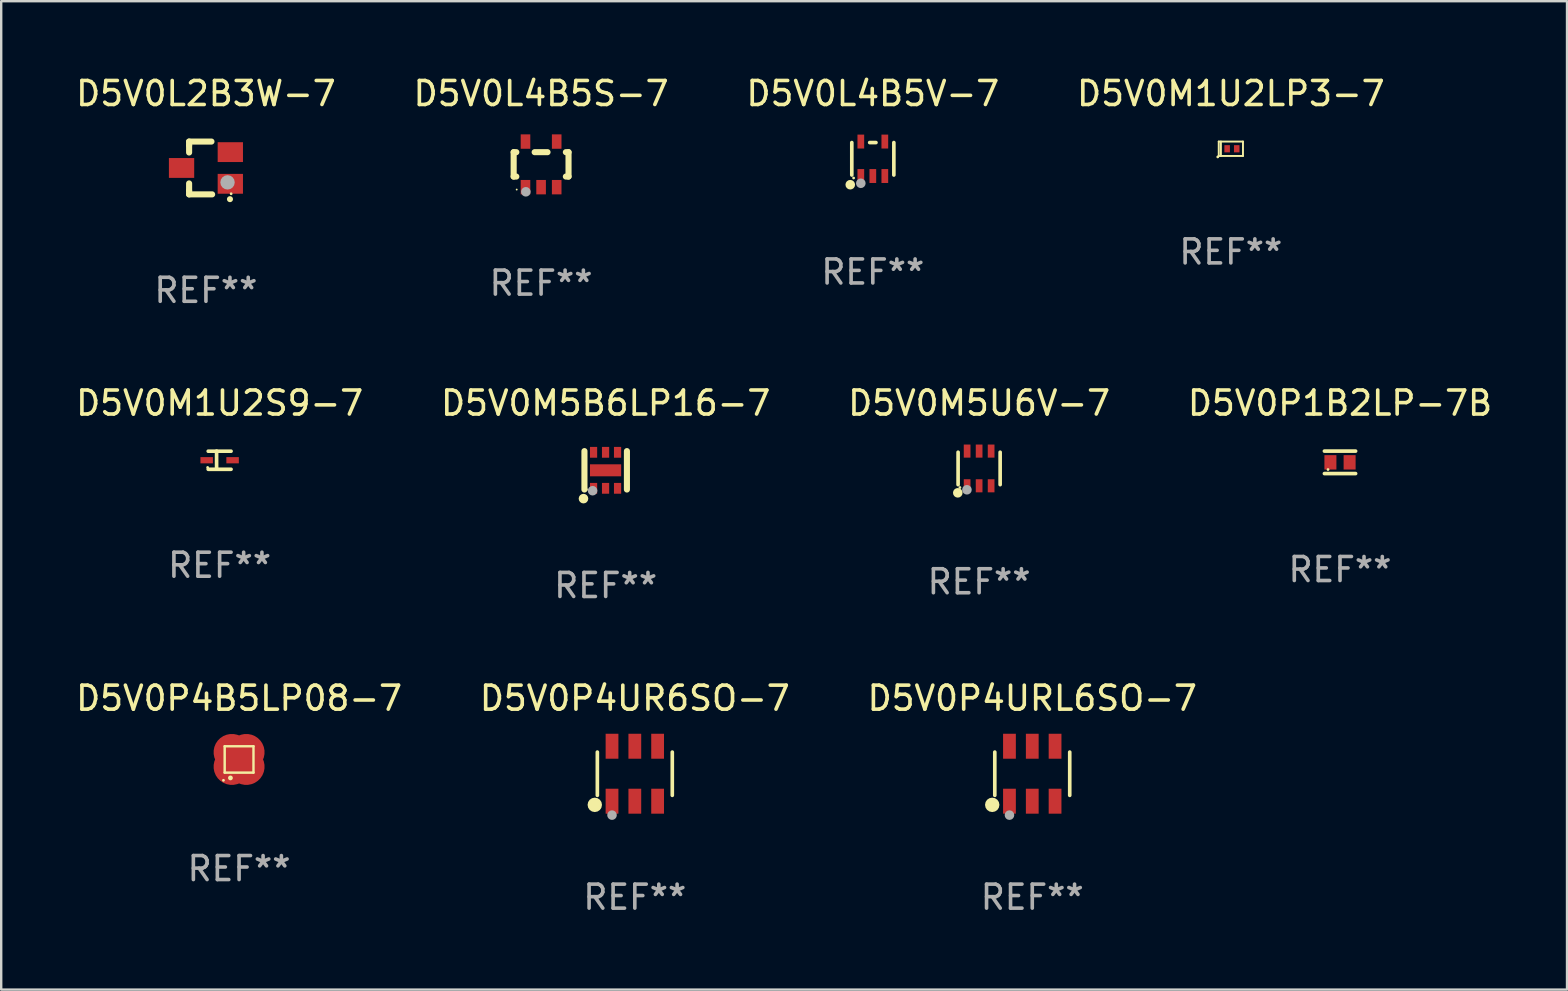
<source format=kicad_pcb>
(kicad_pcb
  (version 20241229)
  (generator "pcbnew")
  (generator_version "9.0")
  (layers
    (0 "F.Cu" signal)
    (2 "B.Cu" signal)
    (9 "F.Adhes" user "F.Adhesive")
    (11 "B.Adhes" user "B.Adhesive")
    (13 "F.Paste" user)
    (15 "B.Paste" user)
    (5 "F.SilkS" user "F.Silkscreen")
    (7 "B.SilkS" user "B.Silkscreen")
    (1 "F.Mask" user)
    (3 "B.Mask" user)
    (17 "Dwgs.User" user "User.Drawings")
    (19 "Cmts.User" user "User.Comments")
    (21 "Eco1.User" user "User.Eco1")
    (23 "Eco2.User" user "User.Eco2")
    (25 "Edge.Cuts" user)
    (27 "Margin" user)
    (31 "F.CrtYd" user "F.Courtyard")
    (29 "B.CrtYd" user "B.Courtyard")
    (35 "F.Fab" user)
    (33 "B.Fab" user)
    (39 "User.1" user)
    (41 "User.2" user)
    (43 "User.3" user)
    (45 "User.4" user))
  (footprint "D5V0P4URL6SO-7"
    (layer "F.Cu")
    (at 39.958 29.186)
    (property "Reference" "D5V0P4URL6SO-7" (at 0 -3.145 0) (layer "F.SilkS") (effects (font (size 1 1) (thickness 0.15))))
    (attr through_hole)
    (fp_line (start -1.561 0.901) (end -1.561 -0.901) (stroke (width 0.152) (type solid)) (layer "F.SilkS"))
    (fp_line (start 1.561 0.901) (end 1.561 -0.901) (stroke (width 0.152) (type solid)) (layer "F.SilkS"))
    (fp_circle (center -1.668 1.297) (end -1.518 1.297) (stroke (width 0.3) (type solid)) (fill no) (layer "F.SilkS"))
    (fp_circle (center -1.485 1.425) (end -1.455 1.425) (stroke (width 0.06) (type solid)) (fill no) (layer "F.SilkS"))
    (fp_circle (center -0.95 1.725) (end -0.85 1.725) (stroke (width 0.2) (type solid)) (fill no) (layer "F.Fab"))
    (fp_text user "REF**" (at 0 5.145 0) (layer "F.Fab") (effects (font (size 1 1) (thickness 0.15))))
    (pad "1" smd rect (at -0.95 1.145) (size 0.532 1.04) (layers "F.Cu" "F.Mask" "F.Paste"))
    (pad "2" smd rect (at 0 1.145) (size 0.532 1.04) (layers "F.Cu" "F.Mask" "F.Paste"))
    (pad "3" smd rect (at 0.95 1.145) (size 0.532 1.04) (layers "F.Cu" "F.Mask" "F.Paste"))
    (pad "4" smd rect (at 0.95 -1.145) (size 0.532 1.04) (layers "F.Cu" "F.Mask" "F.Paste"))
    (pad "5" smd rect (at 0 -1.145) (size 0.532 1.04) (layers "F.Cu" "F.Mask" "F.Paste"))
    (pad "6" smd rect (at -0.95 -1.145) (size 0.532 1.04) (layers "F.Cu" "F.Mask" "F.Paste")))
  (footprint "D5V0P1B2LP-7B"
    (layer "F.Cu")
    (at 52.78 16.213)
    (property "Reference" "D5V0P1B2LP-7B" (at 0 -2.468 0) (layer "F.SilkS") (effects (font (size 1 1) (thickness 0.15))))
    (attr through_hole)
    (fp_line (start -0.65 -0.468) (end 0.65 -0.468) (stroke (width 0.152) (type solid)) (layer "F.SilkS"))
    (fp_line (start 0.65 0.468) (end -0.65 0.468) (stroke (width 0.152) (type solid)) (layer "F.SilkS"))
    (fp_circle (center -0.5 0.3) (end -0.47 0.3) (stroke (width 0.06) (type solid)) (fill no) (layer "F.SilkS"))
    (fp_text user "REF**" (at 0 4.468 0) (layer "F.Fab") (effects (font (size 1 1) (thickness 0.15))))
    (pad "1" smd rect (at -0.4 0) (size 0.5 0.6) (layers "F.Cu" "F.Mask" "F.Paste"))
    (pad "2" smd rect (at 0.4 0) (size 0.5 0.6) (layers "F.Cu" "F.Mask" "F.Paste")))
  (footprint "D5V0M1U2S9-7"
    (layer "F.Cu")
    (at 6.101 16.123)
    (property "Reference" "D5V0M1U2S9-7" (at 0 -2.379 0) (layer "F.SilkS") (effects (font (size 1 1) (thickness 0.15))))
    (attr through_hole)
    (fp_line (start -0.476 -0.374) (end 0.476 -0.374) (stroke (width 0.152) (type solid)) (layer "F.SilkS"))
    (fp_line (start -0.476 0.379) (end 0.476 0.379) (stroke (width 0.152) (type solid)) (layer "F.SilkS"))
    (fp_line (start -0.127 -0.379) (end -0.127 0.374) (stroke (width 0.152) (type solid)) (layer "F.SilkS"))
    (fp_circle (center -0.5 0.302) (end -0.47 0.302) (stroke (width 0.06) (type solid)) (fill no) (layer "F.SilkS"))
    (fp_text user "REF**" (at 0 4.379 0) (layer "F.Fab") (effects (font (size 1 1) (thickness 0.15))))
    (pad "1" smd rect (at -0.54 0.002 180) (size 0.52 0.26) (layers "F.Cu" "F.Mask" "F.Paste"))
    (pad "2" smd rect (at 0.54 0.002 180) (size 0.52 0.26) (layers "F.Cu" "F.Mask" "F.Paste")))
  (footprint "D5V0P4B5LP08-7"
    (layer "F.Cu")
    (at 6.911 28.591)
    (property "Reference" "D5V0P4B5LP08-7" (at 0 -2.55 0) (layer "F.SilkS") (effects (font (size 1 1) (thickness 0.15))))
    (attr through_hole)
    (fp_line (start -0.6 -0.55) (end -0.6 0.55) (stroke (width 0.102) (type solid)) (layer "F.SilkS"))
    (fp_line (start -0.6 0.55) (end 0.6 0.55) (stroke (width 0.102) (type solid)) (layer "F.SilkS"))
    (fp_line (start 0.6 -0.55) (end -0.6 -0.55) (stroke (width 0.1) (type solid)) (layer "F.SilkS"))
    (fp_line (start 0.6 -0.55) (end 0.6 0.55) (stroke (width 0.1) (type solid)) (layer "F.SilkS"))
    (fp_circle (center -0.651 0.87) (end -0.621 0.87) (stroke (width 0.06) (type solid)) (fill no) (layer "F.SilkS"))
    (fp_circle (center -0.36 0.77) (end -0.31 0.77) (stroke (width 0.1) (type solid)) (fill no) (layer "F.SilkS"))
    (fp_text user "REF**" (at 0 4.55 0) (layer "F.Fab") (effects (font (size 1 1) (thickness 0.15))))
    (pad "1" smd custom (at -0.3 0.3) (size 1.524 1.524) (layers "F.Cu" "F.Mask" "F.Paste") (options (anchor circle)) (primitives (gr_poly (pts (xy -0.15 -0.25) (xy -0.03 -0.25) (xy 0.2 -0.012) (xy 0.2 0.1) (xy -0.15 0.1)) (width 0) (fill yes))))
    (pad "2" smd custom (at -0.3 -0.3) (size 1.524 1.524) (layers "F.Cu" "F.Mask" "F.Paste") (options (anchor circle)) (primitives (gr_poly (pts (xy -0.15 -0.1) (xy 0.2 -0.1) (xy 0.2 0.012) (xy -0.038 0.25) (xy -0.15 0.25)) (width 0) (fill yes))))
    (pad "3" smd custom (at 0.3 -0.3) (size 1.524 1.524) (layers "F.Cu" "F.Mask" "F.Paste") (options (anchor circle)) (primitives (gr_poly (pts (xy -0.2 -0.1) (xy 0.15 -0.1) (xy 0.15 0.25) (xy 0.038 0.25) (xy -0.2 0.012)) (width 0) (fill yes))))
    (pad "4" smd custom (at 0.3 0.3) (size 1.524 1.524) (layers "F.Cu" "F.Mask" "F.Paste") (options (anchor circle)) (primitives (gr_poly (pts (xy -0.2 0.1) (xy -0.2 -0.012) (xy 0.038 -0.25) (xy 0.15 -0.25) (xy 0.15 0.1)) (width 0) (fill yes))))
    (pad "5" smd rect (at -0.000076 0.000025 45) (size 0.35 0.35) (layers "F.Cu" "F.Mask" "F.Paste")))
  (footprint "D5V0P4UR6SO-7"
    (layer "F.Cu")
    (at 23.399 29.186)
    (property "Reference" "D5V0P4UR6SO-7" (at 0 -3.145 0) (layer "F.SilkS") (effects (font (size 1 1) (thickness 0.15))))
    (attr through_hole)
    (fp_line (start -1.561 0.901) (end -1.561 -0.901) (stroke (width 0.152) (type solid)) (layer "F.SilkS"))
    (fp_line (start 1.561 0.901) (end 1.561 -0.901) (stroke (width 0.152) (type solid)) (layer "F.SilkS"))
    (fp_circle (center -1.668 1.297) (end -1.518 1.297) (stroke (width 0.3) (type solid)) (fill no) (layer "F.SilkS"))
    (fp_circle (center -1.485 1.425) (end -1.455 1.425) (stroke (width 0.06) (type solid)) (fill no) (layer "F.SilkS"))
    (fp_circle (center -0.95 1.725) (end -0.85 1.725) (stroke (width 0.2) (type solid)) (fill no) (layer "F.Fab"))
    (fp_text user "REF**" (at 0 5.145 0) (layer "F.Fab") (effects (font (size 1 1) (thickness 0.15))))
    (pad "1" smd rect (at -0.95 1.145) (size 0.532 1.04) (layers "F.Cu" "F.Mask" "F.Paste"))
    (pad "2" smd rect (at 0 1.145) (size 0.532 1.04) (layers "F.Cu" "F.Mask" "F.Paste"))
    (pad "3" smd rect (at 0.95 1.145) (size 0.532 1.04) (layers "F.Cu" "F.Mask" "F.Paste"))
    (pad "4" smd rect (at 0.95 -1.145) (size 0.532 1.04) (layers "F.Cu" "F.Mask" "F.Paste"))
    (pad "5" smd rect (at 0 -1.145) (size 0.532 1.04) (layers "F.Cu" "F.Mask" "F.Paste"))
    (pad "6" smd rect (at -0.95 -1.145) (size 0.532 1.04) (layers "F.Cu" "F.Mask" "F.Paste")))
  (footprint "D5V0M5U6V-7"
    (layer "F.Cu")
    (at 37.744 16.467)
    (property "Reference" "D5V0M5U6V-7" (at 0 -2.723 0) (layer "F.SilkS") (effects (font (size 1 1) (thickness 0.15))))
    (attr through_hole)
    (fp_line (start -0.876 0.676) (end -0.876 -0.676) (stroke (width 0.152) (type solid)) (layer "F.SilkS"))
    (fp_line (start 0.876 0.676) (end 0.876 -0.676) (stroke (width 0.152) (type solid)) (layer "F.SilkS"))
    (fp_circle (center -0.889 1.016) (end -0.789 1.016) (stroke (width 0.2) (type solid)) (fill no) (layer "F.SilkS"))
    (fp_circle (center -0.8 0.795) (end -0.77 0.795) (stroke (width 0.06) (type solid)) (fill no) (layer "F.SilkS"))
    (fp_circle (center -0.508 0.889) (end -0.408 0.889) (stroke (width 0.2) (type solid)) (fill no) (layer "F.Fab"))
    (fp_text user "REF**" (at 0 4.723 0) (layer "F.Fab") (effects (font (size 1 1) (thickness 0.15))))
    (pad "1" smd rect (at -0.5 0.723) (size 0.28 0.545) (layers "F.Cu" "F.Mask" "F.Paste"))
    (pad "2" smd rect (at 0 0.723) (size 0.28 0.545) (layers "F.Cu" "F.Mask" "F.Paste"))
    (pad "3" smd rect (at 0.5 0.723) (size 0.28 0.545) (layers "F.Cu" "F.Mask" "F.Paste"))
    (pad "4" smd rect (at 0.5 -0.723) (size 0.28 0.545) (layers "F.Cu" "F.Mask" "F.Paste"))
    (pad "5" smd rect (at 0 -0.723) (size 0.28 0.545) (layers "F.Cu" "F.Mask" "F.Paste"))
    (pad "6" smd rect (at -0.5 -0.723) (size 0.28 0.545) (layers "F.Cu" "F.Mask" "F.Paste")))
  (footprint "D5V0M5B6LP16-7"
    (layer "F.Cu")
    (at 22.185 16.545)
    (property "Reference" "D5V0M5B6LP16-7" (at 0 -2.8 0) (layer "F.SilkS") (effects (font (size 1 1) (thickness 0.15))))
    (attr through_hole)
    (fp_line (start -0.885 0.8) (end -0.885 -0.8) (stroke (width 0.254) (type solid)) (layer "F.SilkS"))
    (fp_line (start 0.885 0.8) (end 0.885 -0.8) (stroke (width 0.254) (type solid)) (layer "F.SilkS"))
    (fp_circle (center -0.925 1.18) (end -0.825 1.18) (stroke (width 0.2) (type solid)) (fill no) (layer "F.SilkS"))
    (fp_circle (center -0.805 0.8) (end -0.775 0.8) (stroke (width 0.06) (type solid)) (fill no) (layer "F.SilkS"))
    (fp_circle (center -0.545 0.85) (end -0.445 0.85) (stroke (width 0.2) (type solid)) (fill no) (layer "F.Fab"))
    (fp_text user "REF**" (at 0 4.8 0) (layer "F.Fab") (effects (font (size 1 1) (thickness 0.15))))
    (pad "1" smd rect (at -0.505 0.75 90) (size 0.45 0.3) (layers "F.Cu" "F.Mask" "F.Paste"))
    (pad "2" smd rect (at -0.005 0.75 90) (size 0.45 0.3) (layers "F.Cu" "F.Mask" "F.Paste"))
    (pad "3" smd rect (at 0.495 0.75 90) (size 0.45 0.3) (layers "F.Cu" "F.Mask" "F.Paste"))
    (pad "4" smd rect (at 0.495 -0.75 90) (size 0.45 0.3) (layers "F.Cu" "F.Mask" "F.Paste"))
    (pad "5" smd rect (at -0.005 -0.75 90) (size 0.45 0.3) (layers "F.Cu" "F.Mask" "F.Paste"))
    (pad "6" smd rect (at -0.505 -0.75 90) (size 0.45 0.3) (layers "F.Cu" "F.Mask" "F.Paste"))
    (pad "7" smd rect (at -0.005 -0.000114 180) (size 1.3 0.5) (layers "F.Cu" "F.Mask" "F.Paste")))
  (footprint "D5V0L2B3W-7"
    (layer "F.Cu")
    (at 5.53 3.948)
    (property "Reference" "D5V0L2B3W-7" (at 0 -3.1 0) (layer "F.SilkS") (effects (font (size 1 1) (thickness 0.15))))
    (attr through_hole)
    (fp_line (start -0.701 -0.95) (end -0.701 -1.1) (stroke (width 0.254) (type solid)) (layer "F.SilkS"))
    (fp_line (start -0.701 -0.644) (end -0.701 -0.95) (stroke (width 0.254) (type solid)) (layer "F.SilkS"))
    (fp_line (start -0.701 0.95) (end -0.701 0.644) (stroke (width 0.254) (type solid)) (layer "F.SilkS"))
    (fp_line (start -0.701 0.95) (end -0.701 1.1) (stroke (width 0.254) (type solid)) (layer "F.SilkS"))
    (fp_line (start -0.7 -1.1) (end 0.23 -1.1) (stroke (width 0.254) (type solid)) (layer "F.SilkS"))
    (fp_line (start -0.7 1.1) (end 0.258 1.1) (stroke (width 0.254) (type solid)) (layer "F.SilkS"))
    (fp_arc (start 1 1.3) (mid 1.00127 1.299994) (end 1.00254 1.3) (stroke (width 0.24892) (type solid)) (layer "F.SilkS"))
    (fp_circle (center 1.05 1.075) (end 1.08 1.075) (stroke (width 0.06) (type solid)) (fill no) (layer "F.SilkS"))
    (fp_circle (center 0.9 0.6) (end 1.05 0.6) (stroke (width 0.3) (type solid)) (fill no) (layer "F.Fab"))
    (fp_text user "REF**" (at 0 5.1 0) (layer "F.Fab") (effects (font (size 1 1) (thickness 0.15))))
    (pad "1" smd rect (at 1.016 0.66) (size 1.054 0.826) (layers "F.Cu" "F.Mask" "F.Paste"))
    (pad "2" smd rect (at 1.016 -0.66) (size 1.054 0.826) (layers "F.Cu" "F.Mask" "F.Paste"))
    (pad "3" smd rect (at -1.016 0) (size 1.054 0.826) (layers "F.Cu" "F.Mask" "F.Paste")))
  (footprint "D5V0M1U2LP3-7"
    (layer "F.Cu")
    (at 48.232 3.148)
    (property "Reference" "D5V0M1U2LP3-7" (at 0 -2.3 0) (layer "F.SilkS") (effects (font (size 1 1) (thickness 0.15))))
    (attr through_hole)
    (fp_line (start -0.505 -0.3) (end -0.505 0.3) (stroke (width 0.08) (type solid)) (layer "F.SilkS"))
    (fp_line (start -0.505 -0.3) (end 0.505 -0.3) (stroke (width 0.08) (type solid)) (layer "F.SilkS"))
    (fp_line (start -0.505 0.3) (end 0.505 0.3) (stroke (width 0.08) (type solid)) (layer "F.SilkS"))
    (fp_line (start -0.415 -0.3) (end -0.415 0.3) (stroke (width 0.08) (type solid)) (layer "F.SilkS"))
    (fp_line (start 0.505 -0.3) (end 0.505 0.3) (stroke (width 0.08) (type solid)) (layer "F.SilkS"))
    (fp_circle (center -0.545 0.34) (end -0.515 0.34) (stroke (width 0.06) (type solid)) (fill no) (layer "F.SilkS"))
    (fp_text user "REF**" (at 0 4.3 0) (layer "F.Fab") (effects (font (size 1 1) (thickness 0.15))))
    (pad "1" smd rect (at -0.155 0 180) (size 0.23 0.3) (layers "F.Cu" "F.Mask" "F.Paste"))
    (pad "2" smd rect (at 0.245 0 180) (size 0.23 0.3) (layers "F.Cu" "F.Mask" "F.Paste")))
  (footprint "D5V0L4B5S-7"
    (layer "F.Cu")
    (at 19.494 3.798)
    (property "Reference" "D5V0L4B5S-7" (at 0 -2.95 0) (layer "F.SilkS") (effects (font (size 1 1) (thickness 0.15))))
    (attr through_hole)
    (fp_line (start -1.143 -0.508) (end -1.032 -0.508) (stroke (width 0.254) (type solid)) (layer "F.SilkS"))
    (fp_line (start -1.143 0.508) (end -1.143 -0.508) (stroke (width 0.254) (type solid)) (layer "F.SilkS"))
    (fp_line (start -1.032 0.508) (end -1.143 0.508) (stroke (width 0.254) (type solid)) (layer "F.SilkS"))
    (fp_line (start -0.268 -0.508) (end 0.268 -0.508) (stroke (width 0.254) (type solid)) (layer "F.SilkS"))
    (fp_line (start 1.032 -0.508) (end 1.143 -0.508) (stroke (width 0.254) (type solid)) (layer "F.SilkS"))
    (fp_line (start 1.143 -0.508) (end 1.143 0.508) (stroke (width 0.254) (type solid)) (layer "F.SilkS"))
    (fp_line (start 1.143 0.508) (end 1.032 0.508) (stroke (width 0.254) (type solid)) (layer "F.SilkS"))
    (fp_circle (center -1.016 1.05) (end -0.996 1.05) (stroke (width 0.04) (type solid)) (fill no) (layer "F.SilkS"))
    (fp_circle (center -0.635 1.143) (end -0.535 1.143) (stroke (width 0.2) (type solid)) (fill no) (layer "F.Fab"))
    (fp_text user "REF**" (at 0 4.95 0) (layer "F.Fab") (effects (font (size 1 1) (thickness 0.15))))
    (pad "1" smd rect (at -0.65 0.95) (size 0.4 0.6) (layers "F.Cu" "F.Mask" "F.Paste"))
    (pad "2" smd rect (at 0 0.95) (size 0.4 0.6) (layers "F.Cu" "F.Mask" "F.Paste"))
    (pad "3" smd rect (at 0.65 0.95) (size 0.4 0.6) (layers "F.Cu" "F.Mask" "F.Paste"))
    (pad "4" smd rect (at 0.65 -0.95) (size 0.4 0.6) (layers "F.Cu" "F.Mask" "F.Paste"))
    (pad "5" smd rect (at -0.65 -0.95) (size 0.4 0.6) (layers "F.Cu" "F.Mask" "F.Paste")))
  (footprint "D5V0L4B5V-7"
    (layer "F.Cu")
    (at 33.315 3.566)
    (property "Reference" "D5V0L4B5V-7" (at 0 -2.718 0) (layer "F.SilkS") (effects (font (size 1 1) (thickness 0.15))))
    (attr through_hole)
    (fp_line (start -0.876 0.676) (end -0.876 -0.676) (stroke (width 0.152) (type solid)) (layer "F.SilkS"))
    (fp_line (start 0.131 -0.676) (end -0.131 -0.676) (stroke (width 0.152) (type solid)) (layer "F.SilkS"))
    (fp_line (start 0.876 0.676) (end 0.876 -0.676) (stroke (width 0.152) (type solid)) (layer "F.SilkS"))
    (fp_circle (center -0.94 1.08) (end -0.84 1.08) (stroke (width 0.2) (type solid)) (fill no) (layer "F.SilkS"))
    (fp_circle (center -0.8 0.8) (end -0.77 0.8) (stroke (width 0.06) (type solid)) (fill no) (layer "F.SilkS"))
    (fp_circle (center -0.5 1.02) (end -0.4 1.02) (stroke (width 0.2) (type solid)) (fill no) (layer "F.Fab"))
    (fp_text user "REF**" (at 0 4.718 0) (layer "F.Fab") (effects (font (size 1 1) (thickness 0.15))))
    (pad "1" smd rect (at -0.5 0.718) (size 0.28 0.58) (layers "F.Cu" "F.Mask" "F.Paste"))
    (pad "2" smd rect (at -0.000102 0.718) (size 0.28 0.58) (layers "F.Cu" "F.Mask" "F.Paste"))
    (pad "3" smd rect (at 0.5 0.718) (size 0.28 0.58) (layers "F.Cu" "F.Mask" "F.Paste"))
    (pad "4" smd rect (at 0.5 -0.718) (size 0.28 0.58) (layers "F.Cu" "F.Mask" "F.Paste"))
    (pad "5" smd rect (at -0.5 -0.718) (size 0.28 0.58) (layers "F.Cu" "F.Mask" "F.Paste")))
  (gr_rect
    (start -3 -3)
    (end 62.238 38.18)
    (stroke (width 0.1) (type default))
    (fill no)
    (layer "Edge.Cuts")))
</source>
